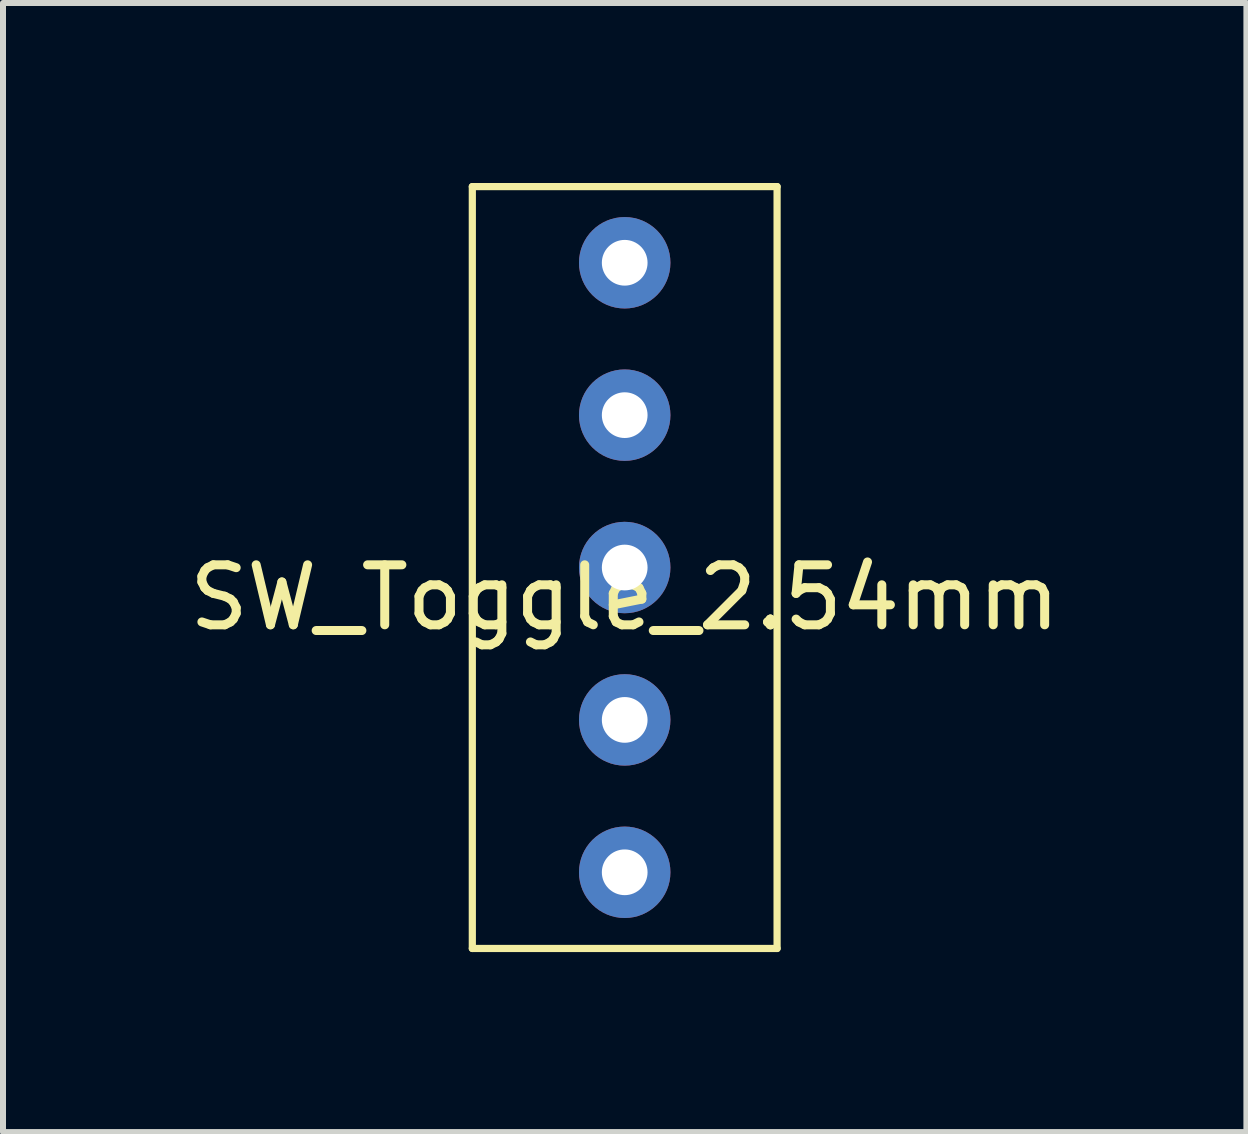
<source format=kicad_pcb>
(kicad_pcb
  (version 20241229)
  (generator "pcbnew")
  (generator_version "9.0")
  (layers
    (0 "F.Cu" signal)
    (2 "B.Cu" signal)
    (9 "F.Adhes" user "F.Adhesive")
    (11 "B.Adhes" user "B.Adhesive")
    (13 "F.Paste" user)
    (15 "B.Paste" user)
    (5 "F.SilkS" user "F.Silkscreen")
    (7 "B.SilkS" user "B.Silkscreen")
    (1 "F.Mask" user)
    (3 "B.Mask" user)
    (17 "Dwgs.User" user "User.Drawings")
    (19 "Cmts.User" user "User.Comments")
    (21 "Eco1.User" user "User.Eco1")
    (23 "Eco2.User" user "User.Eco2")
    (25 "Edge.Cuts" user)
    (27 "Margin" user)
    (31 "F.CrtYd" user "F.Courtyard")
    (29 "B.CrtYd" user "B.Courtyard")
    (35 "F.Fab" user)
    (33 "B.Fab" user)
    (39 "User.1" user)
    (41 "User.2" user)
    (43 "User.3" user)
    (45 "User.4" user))
  (footprint "SW_Toggle_2.54mm"
    (layer "F.Cu")
    (at 7.363 6.41)
    (property "Reference" "SW_Toggle_2.54mm" (at 0 0.5 0) (layer "F.SilkS") (effects (font (size 1 1) (thickness 0.15))))
    (attr through_hole)
    (fp_line (start -2.54 -6.35) (end 2.54 -6.35) (stroke (width 0.12) (type solid)) (layer "F.SilkS"))
    (fp_line (start -2.54 6.35) (end -2.54 -6.35) (stroke (width 0.12) (type solid)) (layer "F.SilkS"))
    (fp_line (start 2.54 -6.35) (end 2.54 6.35) (stroke (width 0.12) (type solid)) (layer "F.SilkS"))
    (fp_line (start 2.54 6.35) (end -2.54 6.35) (stroke (width 0.12) (type solid)) (layer "F.SilkS"))
    (pad "1" thru_hole circle (at 0 0) (size 1.524 1.524) (drill 0.762) (layers "*.Cu" "*.Mask"))
    (pad "2" thru_hole circle (at 0 -2.54) (size 1.524 1.524) (drill 0.762) (layers "*.Cu" "*.Mask"))
    (pad "3" thru_hole circle (at 0 2.54) (size 1.524 1.524) (drill 0.762) (layers "*.Cu" "*.Mask"))
    (pad "4" thru_hole circle (at 0 -5.08) (size 1.524 1.524) (drill 0.762) (layers "*.Cu" "*.Mask"))
    (pad "5" thru_hole circle (at 0 5.08) (size 1.524 1.524) (drill 0.762) (layers "*.Cu" "*.Mask")))
  (gr_rect
    (start -3 -3)
    (end 17.726 15.82)
    (stroke (width 0.1) (type default))
    (fill no)
    (layer "Edge.Cuts")))
</source>
